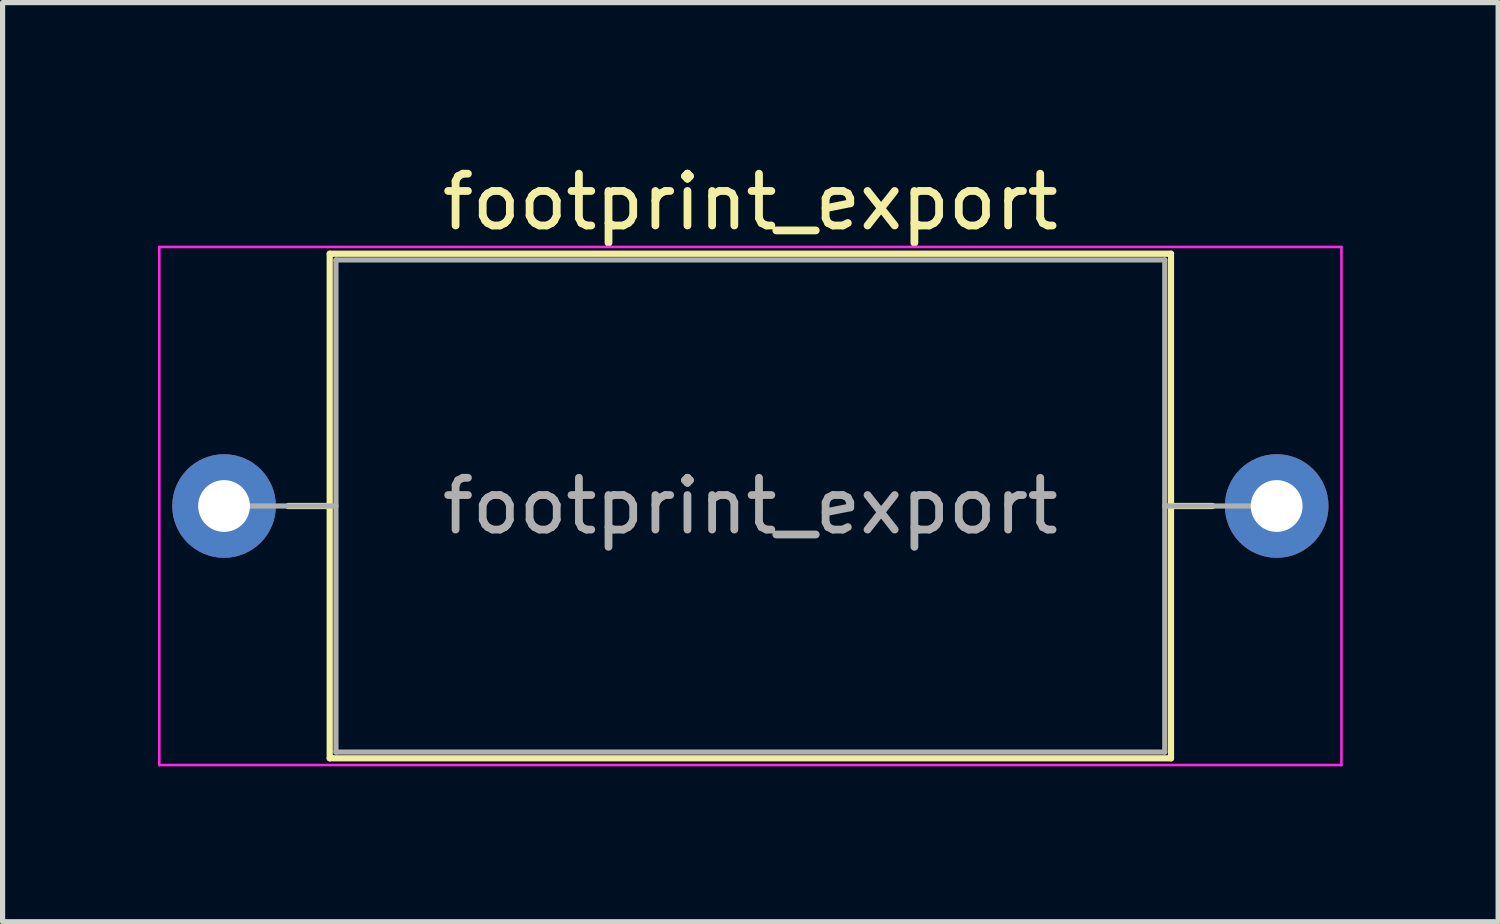
<source format=kicad_pcb>
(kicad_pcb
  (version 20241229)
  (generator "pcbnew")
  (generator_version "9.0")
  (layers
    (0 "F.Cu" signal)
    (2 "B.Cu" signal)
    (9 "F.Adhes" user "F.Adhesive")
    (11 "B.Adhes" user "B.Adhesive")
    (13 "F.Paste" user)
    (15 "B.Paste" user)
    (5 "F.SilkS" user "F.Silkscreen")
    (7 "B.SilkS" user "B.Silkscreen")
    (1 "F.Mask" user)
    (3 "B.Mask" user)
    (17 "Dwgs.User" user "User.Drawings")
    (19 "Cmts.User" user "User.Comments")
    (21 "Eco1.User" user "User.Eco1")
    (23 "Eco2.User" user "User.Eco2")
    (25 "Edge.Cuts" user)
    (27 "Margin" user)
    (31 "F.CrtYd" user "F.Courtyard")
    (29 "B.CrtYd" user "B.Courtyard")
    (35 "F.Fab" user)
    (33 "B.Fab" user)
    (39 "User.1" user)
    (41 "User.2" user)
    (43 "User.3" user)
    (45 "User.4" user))
  (footprint "footprint_export"
    (layer "F.Cu")
    (at 1.275 6.718)
    (property "Reference" "footprint_export" (at 10.16 -5.87 0) (layer "F.SilkS") (effects (font (size 1 1) (thickness 0.15))))
    (attr through_hole)
    (fp_line (start 1.24 0) (end 2.04 0) (stroke (width 0.12) (type solid)) (layer "F.SilkS"))
    (fp_line (start 2.04 -4.87) (end 2.04 4.87) (stroke (width 0.12) (type solid)) (layer "F.SilkS"))
    (fp_line (start 2.04 4.87) (end 18.28 4.87) (stroke (width 0.12) (type solid)) (layer "F.SilkS"))
    (fp_line (start 18.28 -4.87) (end 2.04 -4.87) (stroke (width 0.12) (type solid)) (layer "F.SilkS"))
    (fp_line (start 18.28 4.87) (end 18.28 -4.87) (stroke (width 0.12) (type solid)) (layer "F.SilkS"))
    (fp_line (start 19.08 0) (end 18.28 0) (stroke (width 0.12) (type solid)) (layer "F.SilkS"))
    (fp_line (start -1.25 -5) (end -1.25 5) (stroke (width 0.05) (type solid)) (layer "F.CrtYd"))
    (fp_line (start -1.25 5) (end 21.57 5) (stroke (width 0.05) (type solid)) (layer "F.CrtYd"))
    (fp_line (start 21.57 -5) (end -1.25 -5) (stroke (width 0.05) (type solid)) (layer "F.CrtYd"))
    (fp_line (start 21.57 5) (end 21.57 -5) (stroke (width 0.05) (type solid)) (layer "F.CrtYd"))
    (fp_line (start 0 0) (end 2.16 0) (stroke (width 0.1) (type solid)) (layer "F.Fab"))
    (fp_line (start 2.16 -4.75) (end 2.16 4.75) (stroke (width 0.1) (type solid)) (layer "F.Fab"))
    (fp_line (start 2.16 4.75) (end 18.16 4.75) (stroke (width 0.1) (type solid)) (layer "F.Fab"))
    (fp_line (start 18.16 -4.75) (end 2.16 -4.75) (stroke (width 0.1) (type solid)) (layer "F.Fab"))
    (fp_line (start 18.16 4.75) (end 18.16 -4.75) (stroke (width 0.1) (type solid)) (layer "F.Fab"))
    (fp_line (start 20.32 0) (end 18.16 0) (stroke (width 0.1) (type solid)) (layer "F.Fab"))
    (fp_text user "${REFERENCE}" (at 10.16 0 0) (layer "F.Fab") (effects (font (size 1 1) (thickness 0.15))))
    (pad "1" thru_hole circle (at 0 0) (size 2 2) (drill 1) (layers "*.Cu" "*.Mask"))
    (pad "2" thru_hole oval (at 20.32 0) (size 2 2) (drill 1) (layers "*.Cu" "*.Mask")))
  (gr_rect
    (start -3 -3)
    (end 25.87 14.743)
    (stroke (width 0.1) (type default))
    (fill no)
    (layer "Edge.Cuts")))
</source>
